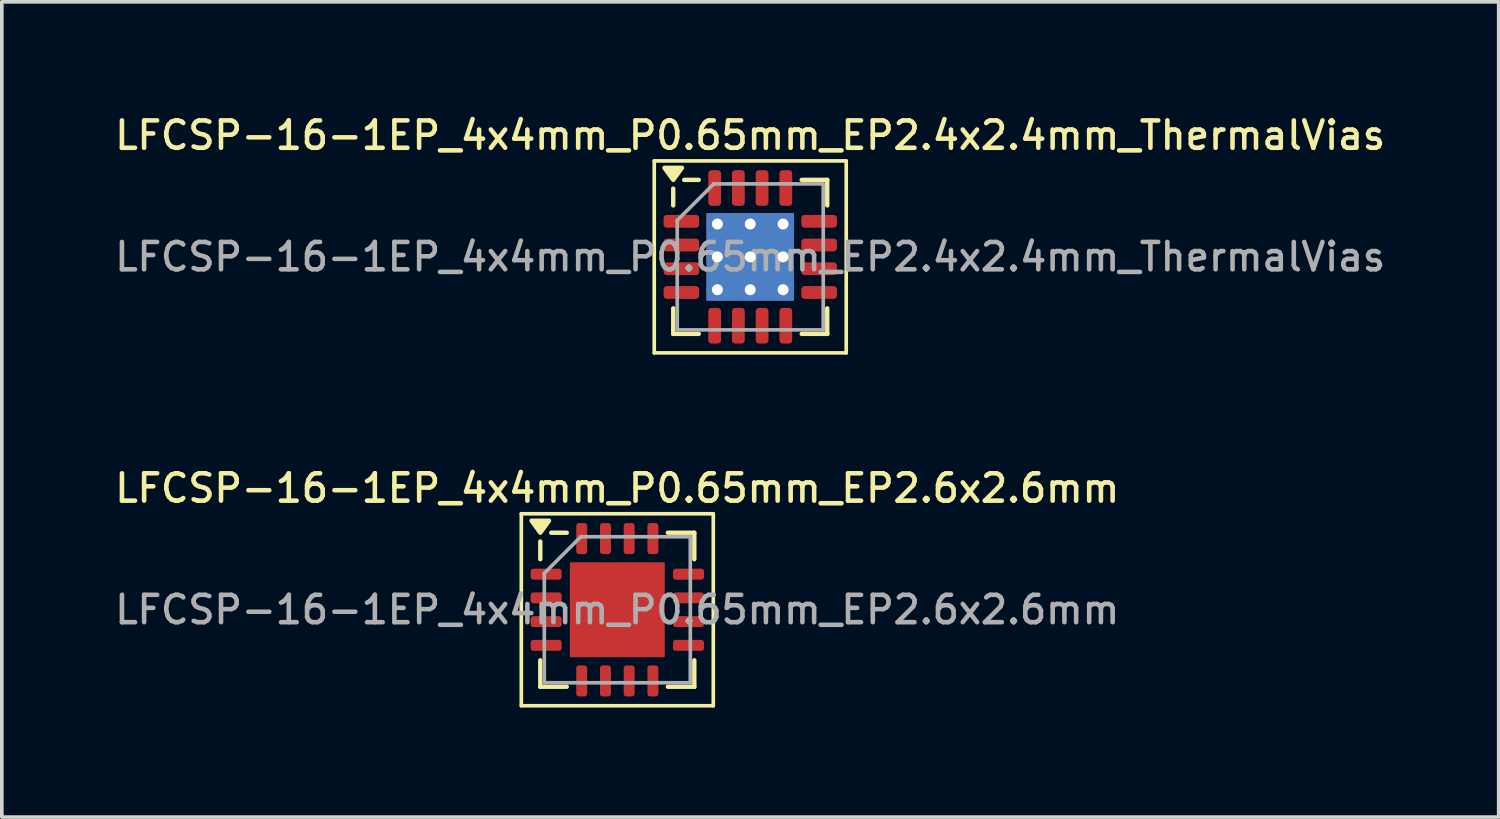
<source format=kicad_pcb>
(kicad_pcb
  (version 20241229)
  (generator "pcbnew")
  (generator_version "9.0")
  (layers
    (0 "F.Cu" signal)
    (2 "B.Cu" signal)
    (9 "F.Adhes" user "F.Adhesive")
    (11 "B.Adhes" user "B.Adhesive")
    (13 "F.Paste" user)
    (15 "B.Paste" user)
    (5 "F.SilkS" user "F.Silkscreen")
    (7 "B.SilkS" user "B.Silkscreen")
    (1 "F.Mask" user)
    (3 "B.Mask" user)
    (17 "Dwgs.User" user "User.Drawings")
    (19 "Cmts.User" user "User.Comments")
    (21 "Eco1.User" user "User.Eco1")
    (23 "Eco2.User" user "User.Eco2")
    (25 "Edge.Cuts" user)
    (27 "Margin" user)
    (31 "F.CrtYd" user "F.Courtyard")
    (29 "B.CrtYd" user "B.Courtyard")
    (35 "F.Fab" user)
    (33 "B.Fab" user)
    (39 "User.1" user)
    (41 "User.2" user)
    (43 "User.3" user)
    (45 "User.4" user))
  (footprint "LFCSP-16-1EP_4x4mm_P0.65mm_EP2.4x2.4mm_ThermalVias"
    (layer "F.Cu")
    (at 17.505 3.988)
    (property "Reference" "LFCSP-16-1EP_4x4mm_P0.65mm_EP2.4x2.4mm_ThermalVias" (at 0 -3.33 0) (layer "F.SilkS") (effects (font (size 0.75 0.75) (thickness 0.125))))
    (attr smd)
    (fp_line (start -2.63 -2.63) (end -2.63 2.63) (stroke (width 0.1) (type solid)) (layer "F.SilkS"))
    (fp_line (start -2.63 2.63) (end 2.63 2.63) (stroke (width 0.1) (type solid)) (layer "F.SilkS"))
    (fp_line (start -2.11 -1.41) (end -2.11 -1.87) (stroke (width 0.12) (type solid)) (layer "F.SilkS"))
    (fp_line (start -2.11 2.11) (end -2.11 1.41) (stroke (width 0.12) (type solid)) (layer "F.SilkS"))
    (fp_line (start -1.41 -2.11) (end -1.81 -2.11) (stroke (width 0.12) (type solid)) (layer "F.SilkS"))
    (fp_line (start -1.41 2.11) (end -2.11 2.11) (stroke (width 0.12) (type solid)) (layer "F.SilkS"))
    (fp_line (start 1.41 -2.11) (end 2.11 -2.11) (stroke (width 0.12) (type solid)) (layer "F.SilkS"))
    (fp_line (start 1.41 2.11) (end 2.11 2.11) (stroke (width 0.12) (type solid)) (layer "F.SilkS"))
    (fp_line (start 2.11 -2.11) (end 2.11 -1.41) (stroke (width 0.12) (type solid)) (layer "F.SilkS"))
    (fp_line (start 2.11 2.11) (end 2.11 1.41) (stroke (width 0.12) (type solid)) (layer "F.SilkS"))
    (fp_line (start 2.63 -2.63) (end -2.63 -2.63) (stroke (width 0.1) (type solid)) (layer "F.SilkS"))
    (fp_line (start 2.63 2.63) (end 2.63 -2.63) (stroke (width 0.1) (type solid)) (layer "F.SilkS"))
    (fp_poly (pts (xy -2.11 -2.11) (xy -2.35 -2.44) (xy -1.87 -2.44) (xy -2.11 -2.11)) (stroke (width 0.12) (type solid)) (fill yes) (layer "F.SilkS"))
    (fp_line (start -2 -1) (end -1 -2) (stroke (width 0.1) (type solid)) (layer "F.Fab"))
    (fp_line (start -2 2) (end -2 -1) (stroke (width 0.1) (type solid)) (layer "F.Fab"))
    (fp_line (start -1 -2) (end 2 -2) (stroke (width 0.1) (type solid)) (layer "F.Fab"))
    (fp_line (start 2 -2) (end 2 2) (stroke (width 0.1) (type solid)) (layer "F.Fab"))
    (fp_line (start 2 2) (end -2 2) (stroke (width 0.1) (type solid)) (layer "F.Fab"))
    (fp_text user "${REFERENCE}" (at 0 0 0) (layer "F.Fab") (effects (font (size 0.75 0.75) (thickness 0.125))))
    (pad "" smd roundrect (at -0.6 -0.6) (size 1.04 1.04) (layers "F.Paste") (roundrect_rratio 0.24))
    (pad "" smd roundrect (at -0.6 0.6) (size 1.04 1.04) (layers "F.Paste") (roundrect_rratio 0.24))
    (pad "" smd roundrect (at 0.6 -0.6) (size 1.04 1.04) (layers "F.Paste") (roundrect_rratio 0.24))
    (pad "" smd roundrect (at 0.6 0.6) (size 1.04 1.04) (layers "F.Paste") (roundrect_rratio 0.24))
    (pad "1" smd roundrect (at -1.887 -0.975) (size 0.975 0.35) (layers "F.Cu" "F.Mask" "F.Paste") (roundrect_rratio 0.25))
    (pad "2" smd roundrect (at -1.887 -0.325) (size 0.975 0.35) (layers "F.Cu" "F.Mask" "F.Paste") (roundrect_rratio 0.25))
    (pad "3" smd roundrect (at -1.887 0.325) (size 0.975 0.35) (layers "F.Cu" "F.Mask" "F.Paste") (roundrect_rratio 0.25))
    (pad "4" smd roundrect (at -1.887 0.975) (size 0.975 0.35) (layers "F.Cu" "F.Mask" "F.Paste") (roundrect_rratio 0.25))
    (pad "5" smd roundrect (at -0.975 1.887) (size 0.35 0.975) (layers "F.Cu" "F.Mask" "F.Paste") (roundrect_rratio 0.25))
    (pad "6" smd roundrect (at -0.325 1.887) (size 0.35 0.975) (layers "F.Cu" "F.Mask" "F.Paste") (roundrect_rratio 0.25))
    (pad "7" smd roundrect (at 0.325 1.887) (size 0.35 0.975) (layers "F.Cu" "F.Mask" "F.Paste") (roundrect_rratio 0.25))
    (pad "8" smd roundrect (at 0.975 1.887) (size 0.35 0.975) (layers "F.Cu" "F.Mask" "F.Paste") (roundrect_rratio 0.25))
    (pad "9" smd roundrect (at 1.887 0.975) (size 0.975 0.35) (layers "F.Cu" "F.Mask" "F.Paste") (roundrect_rratio 0.25))
    (pad "10" smd roundrect (at 1.887 0.325) (size 0.975 0.35) (layers "F.Cu" "F.Mask" "F.Paste") (roundrect_rratio 0.25))
    (pad "11" smd roundrect (at 1.887 -0.325) (size 0.975 0.35) (layers "F.Cu" "F.Mask" "F.Paste") (roundrect_rratio 0.25))
    (pad "12" smd roundrect (at 1.887 -0.975) (size 0.975 0.35) (layers "F.Cu" "F.Mask" "F.Paste") (roundrect_rratio 0.25))
    (pad "13" smd roundrect (at 0.975 -1.887) (size 0.35 0.975) (layers "F.Cu" "F.Mask" "F.Paste") (roundrect_rratio 0.25))
    (pad "14" smd roundrect (at 0.325 -1.887) (size 0.35 0.975) (layers "F.Cu" "F.Mask" "F.Paste") (roundrect_rratio 0.25))
    (pad "15" smd roundrect (at -0.325 -1.887) (size 0.35 0.975) (layers "F.Cu" "F.Mask" "F.Paste") (roundrect_rratio 0.25))
    (pad "16" smd roundrect (at -0.975 -1.887) (size 0.35 0.975) (layers "F.Cu" "F.Mask" "F.Paste") (roundrect_rratio 0.25))
    (pad "17" thru_hole circle (at -0.9 -0.9) (size 0.6 0.6) (drill 0.3) (property pad_prop_heatsink) (layers "*.Cu"))
    (pad "17" thru_hole circle (at -0.9 0) (size 0.6 0.6) (drill 0.3) (property pad_prop_heatsink) (layers "*.Cu"))
    (pad "17" thru_hole circle (at -0.9 0.9) (size 0.6 0.6) (drill 0.3) (property pad_prop_heatsink) (layers "*.Cu"))
    (pad "17" thru_hole circle (at 0 -0.9) (size 0.6 0.6) (drill 0.3) (property pad_prop_heatsink) (layers "*.Cu"))
    (pad "17" thru_hole circle (at 0 0) (size 0.6 0.6) (drill 0.3) (property pad_prop_heatsink) (layers "*.Cu"))
    (pad "17" smd rect (at 0 0) (size 2.4 2.4) (property pad_prop_heatsink) (layers "F.Cu" "F.Mask"))
    (pad "17" smd rect (at 0 0) (size 2.4 2.4) (property pad_prop_heatsink) (layers "B.Cu"))
    (pad "17" thru_hole circle (at 0 0.9) (size 0.6 0.6) (drill 0.3) (property pad_prop_heatsink) (layers "*.Cu"))
    (pad "17" thru_hole circle (at 0.9 -0.9) (size 0.6 0.6) (drill 0.3) (property pad_prop_heatsink) (layers "*.Cu"))
    (pad "17" thru_hole circle (at 0.9 0) (size 0.6 0.6) (drill 0.3) (property pad_prop_heatsink) (layers "*.Cu"))
    (pad "17" thru_hole circle (at 0.9 0.9) (size 0.6 0.6) (drill 0.3) (property pad_prop_heatsink) (layers "*.Cu")))
  (footprint "LFCSP-16-1EP_4x4mm_P0.65mm_EP2.6x2.6mm"
    (layer "F.Cu")
    (at 13.863 13.656)
    (property "Reference" "LFCSP-16-1EP_4x4mm_P0.65mm_EP2.6x2.6mm" (at 0 -3.33 0) (layer "F.SilkS") (effects (font (size 0.75 0.75) (thickness 0.125))))
    (attr smd)
    (fp_line (start -2.63 -2.63) (end -2.63 2.63) (stroke (width 0.1) (type solid)) (layer "F.SilkS"))
    (fp_line (start -2.63 2.63) (end 2.63 2.63) (stroke (width 0.1) (type solid)) (layer "F.SilkS"))
    (fp_line (start -2.11 -1.385) (end -2.11 -1.87) (stroke (width 0.12) (type solid)) (layer "F.SilkS"))
    (fp_line (start -2.11 2.11) (end -2.11 1.385) (stroke (width 0.12) (type solid)) (layer "F.SilkS"))
    (fp_line (start -1.385 -2.11) (end -1.81 -2.11) (stroke (width 0.12) (type solid)) (layer "F.SilkS"))
    (fp_line (start -1.385 2.11) (end -2.11 2.11) (stroke (width 0.12) (type solid)) (layer "F.SilkS"))
    (fp_line (start 1.385 -2.11) (end 2.11 -2.11) (stroke (width 0.12) (type solid)) (layer "F.SilkS"))
    (fp_line (start 1.385 2.11) (end 2.11 2.11) (stroke (width 0.12) (type solid)) (layer "F.SilkS"))
    (fp_line (start 2.11 -2.11) (end 2.11 -1.385) (stroke (width 0.12) (type solid)) (layer "F.SilkS"))
    (fp_line (start 2.11 2.11) (end 2.11 1.385) (stroke (width 0.12) (type solid)) (layer "F.SilkS"))
    (fp_line (start 2.63 -2.63) (end -2.63 -2.63) (stroke (width 0.1) (type solid)) (layer "F.SilkS"))
    (fp_line (start 2.63 2.63) (end 2.63 -2.63) (stroke (width 0.1) (type solid)) (layer "F.SilkS"))
    (fp_poly (pts (xy -2.11 -2.11) (xy -2.35 -2.44) (xy -1.87 -2.44) (xy -2.11 -2.11)) (stroke (width 0.12) (type solid)) (fill yes) (layer "F.SilkS"))
    (fp_line (start -2 -1) (end -1 -2) (stroke (width 0.1) (type solid)) (layer "F.Fab"))
    (fp_line (start -2 2) (end -2 -1) (stroke (width 0.1) (type solid)) (layer "F.Fab"))
    (fp_line (start -1 -2) (end 2 -2) (stroke (width 0.1) (type solid)) (layer "F.Fab"))
    (fp_line (start 2 -2) (end 2 2) (stroke (width 0.1) (type solid)) (layer "F.Fab"))
    (fp_line (start 2 2) (end -2 2) (stroke (width 0.1) (type solid)) (layer "F.Fab"))
    (fp_text user "${REFERENCE}" (at 0 0 0) (layer "F.Fab") (effects (font (size 0.75 0.75) (thickness 0.125))))
    (pad "" smd roundrect (at -0.65 -0.65) (size 1.05 1.05) (layers "F.Paste") (roundrect_rratio 0.238))
    (pad "" smd roundrect (at -0.65 0.65) (size 1.05 1.05) (layers "F.Paste") (roundrect_rratio 0.238))
    (pad "" smd roundrect (at 0.65 -0.65) (size 1.05 1.05) (layers "F.Paste") (roundrect_rratio 0.238))
    (pad "" smd roundrect (at 0.65 0.65) (size 1.05 1.05) (layers "F.Paste") (roundrect_rratio 0.238))
    (pad "1" smd roundrect (at -1.95 -0.975) (size 0.85 0.3) (layers "F.Cu" "F.Mask" "F.Paste") (roundrect_rratio 0.25))
    (pad "2" smd roundrect (at -1.95 -0.325) (size 0.85 0.3) (layers "F.Cu" "F.Mask" "F.Paste") (roundrect_rratio 0.25))
    (pad "3" smd roundrect (at -1.95 0.325) (size 0.85 0.3) (layers "F.Cu" "F.Mask" "F.Paste") (roundrect_rratio 0.25))
    (pad "4" smd roundrect (at -1.95 0.975) (size 0.85 0.3) (layers "F.Cu" "F.Mask" "F.Paste") (roundrect_rratio 0.25))
    (pad "5" smd roundrect (at -0.975 1.95) (size 0.3 0.85) (layers "F.Cu" "F.Mask" "F.Paste") (roundrect_rratio 0.25))
    (pad "6" smd roundrect (at -0.325 1.95) (size 0.3 0.85) (layers "F.Cu" "F.Mask" "F.Paste") (roundrect_rratio 0.25))
    (pad "7" smd roundrect (at 0.325 1.95) (size 0.3 0.85) (layers "F.Cu" "F.Mask" "F.Paste") (roundrect_rratio 0.25))
    (pad "8" smd roundrect (at 0.975 1.95) (size 0.3 0.85) (layers "F.Cu" "F.Mask" "F.Paste") (roundrect_rratio 0.25))
    (pad "9" smd roundrect (at 1.95 0.975) (size 0.85 0.3) (layers "F.Cu" "F.Mask" "F.Paste") (roundrect_rratio 0.25))
    (pad "10" smd roundrect (at 1.95 0.325) (size 0.85 0.3) (layers "F.Cu" "F.Mask" "F.Paste") (roundrect_rratio 0.25))
    (pad "11" smd roundrect (at 1.95 -0.325) (size 0.85 0.3) (layers "F.Cu" "F.Mask" "F.Paste") (roundrect_rratio 0.25))
    (pad "12" smd roundrect (at 1.95 -0.975) (size 0.85 0.3) (layers "F.Cu" "F.Mask" "F.Paste") (roundrect_rratio 0.25))
    (pad "13" smd roundrect (at 0.975 -1.95) (size 0.3 0.85) (layers "F.Cu" "F.Mask" "F.Paste") (roundrect_rratio 0.25))
    (pad "14" smd roundrect (at 0.325 -1.95) (size 0.3 0.85) (layers "F.Cu" "F.Mask" "F.Paste") (roundrect_rratio 0.25))
    (pad "15" smd roundrect (at -0.325 -1.95) (size 0.3 0.85) (layers "F.Cu" "F.Mask" "F.Paste") (roundrect_rratio 0.25))
    (pad "16" smd roundrect (at -0.975 -1.95) (size 0.3 0.85) (layers "F.Cu" "F.Mask" "F.Paste") (roundrect_rratio 0.25))
    (pad "17" smd rect (at 0 0) (size 2.6 2.6) (property pad_prop_heatsink) (layers "F.Cu" "F.Mask")))
  (gr_rect
    (start -3 -3)
    (end 38.011 19.336)
    (stroke (width 0.1) (type default))
    (fill no)
    (layer "Edge.Cuts")))
</source>
